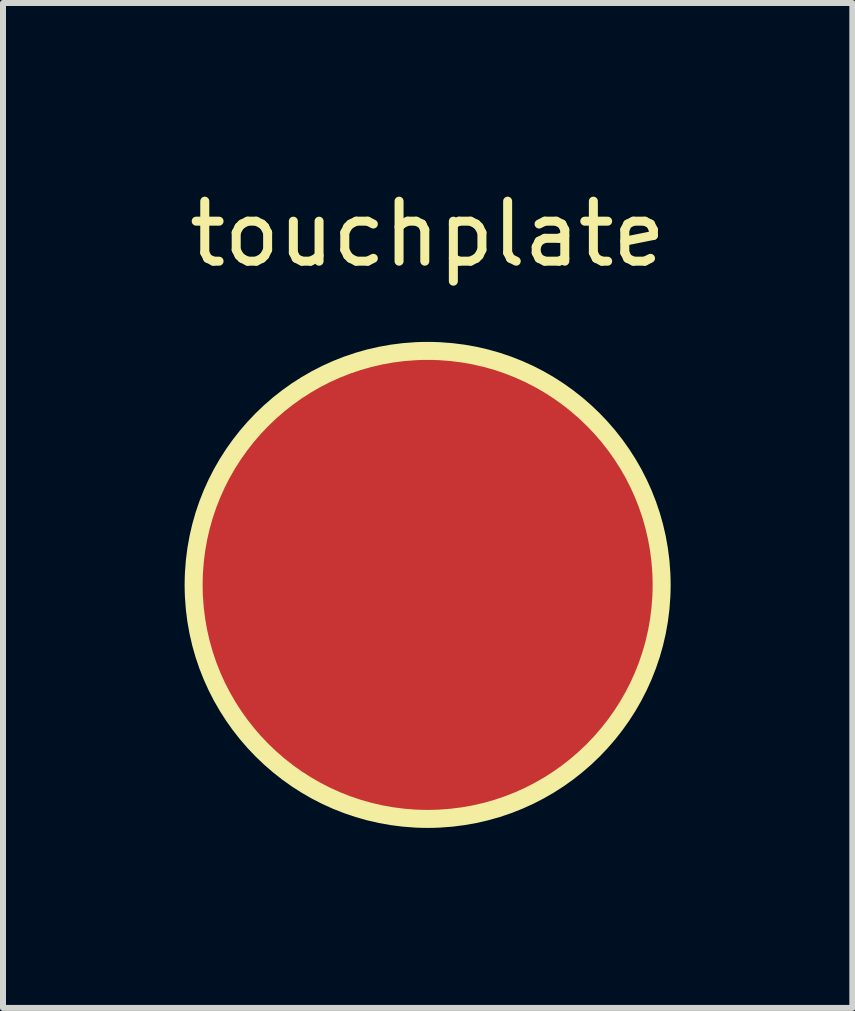
<source format=kicad_pcb>
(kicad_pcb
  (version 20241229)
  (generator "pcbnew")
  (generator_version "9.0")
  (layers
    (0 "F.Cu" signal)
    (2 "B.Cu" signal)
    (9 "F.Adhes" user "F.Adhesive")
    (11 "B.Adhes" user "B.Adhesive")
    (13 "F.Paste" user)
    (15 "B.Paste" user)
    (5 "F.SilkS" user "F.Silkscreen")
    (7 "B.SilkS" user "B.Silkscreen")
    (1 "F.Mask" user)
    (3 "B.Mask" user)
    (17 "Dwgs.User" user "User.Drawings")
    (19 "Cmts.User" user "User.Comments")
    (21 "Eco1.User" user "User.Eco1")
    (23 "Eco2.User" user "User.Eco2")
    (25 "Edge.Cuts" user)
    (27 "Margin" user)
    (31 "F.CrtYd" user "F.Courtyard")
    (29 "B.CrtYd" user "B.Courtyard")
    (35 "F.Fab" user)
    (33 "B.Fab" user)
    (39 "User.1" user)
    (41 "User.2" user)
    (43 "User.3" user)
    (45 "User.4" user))
  (footprint "touchplate"
    (layer "F.Cu")
    (at 4.077 6.698)
    (property "Reference" "touchplate" (at 0 -5.85 0) (layer "F.SilkS") (effects (font (size 1 1) (thickness 0.15))))
    (attr through_hole)
    (fp_circle (center 0 0) (end 3.9 0) (stroke (width 0.3) (type solid)) (fill no) (layer "F.SilkS"))
    (pad "1" smd circle (at 0 0) (size 8 8) (layers "F.Cu")))
  (gr_rect
    (start -3 -3)
    (end 11.155 13.748)
    (stroke (width 0.1) (type default))
    (fill no)
    (layer "Edge.Cuts")))
</source>
